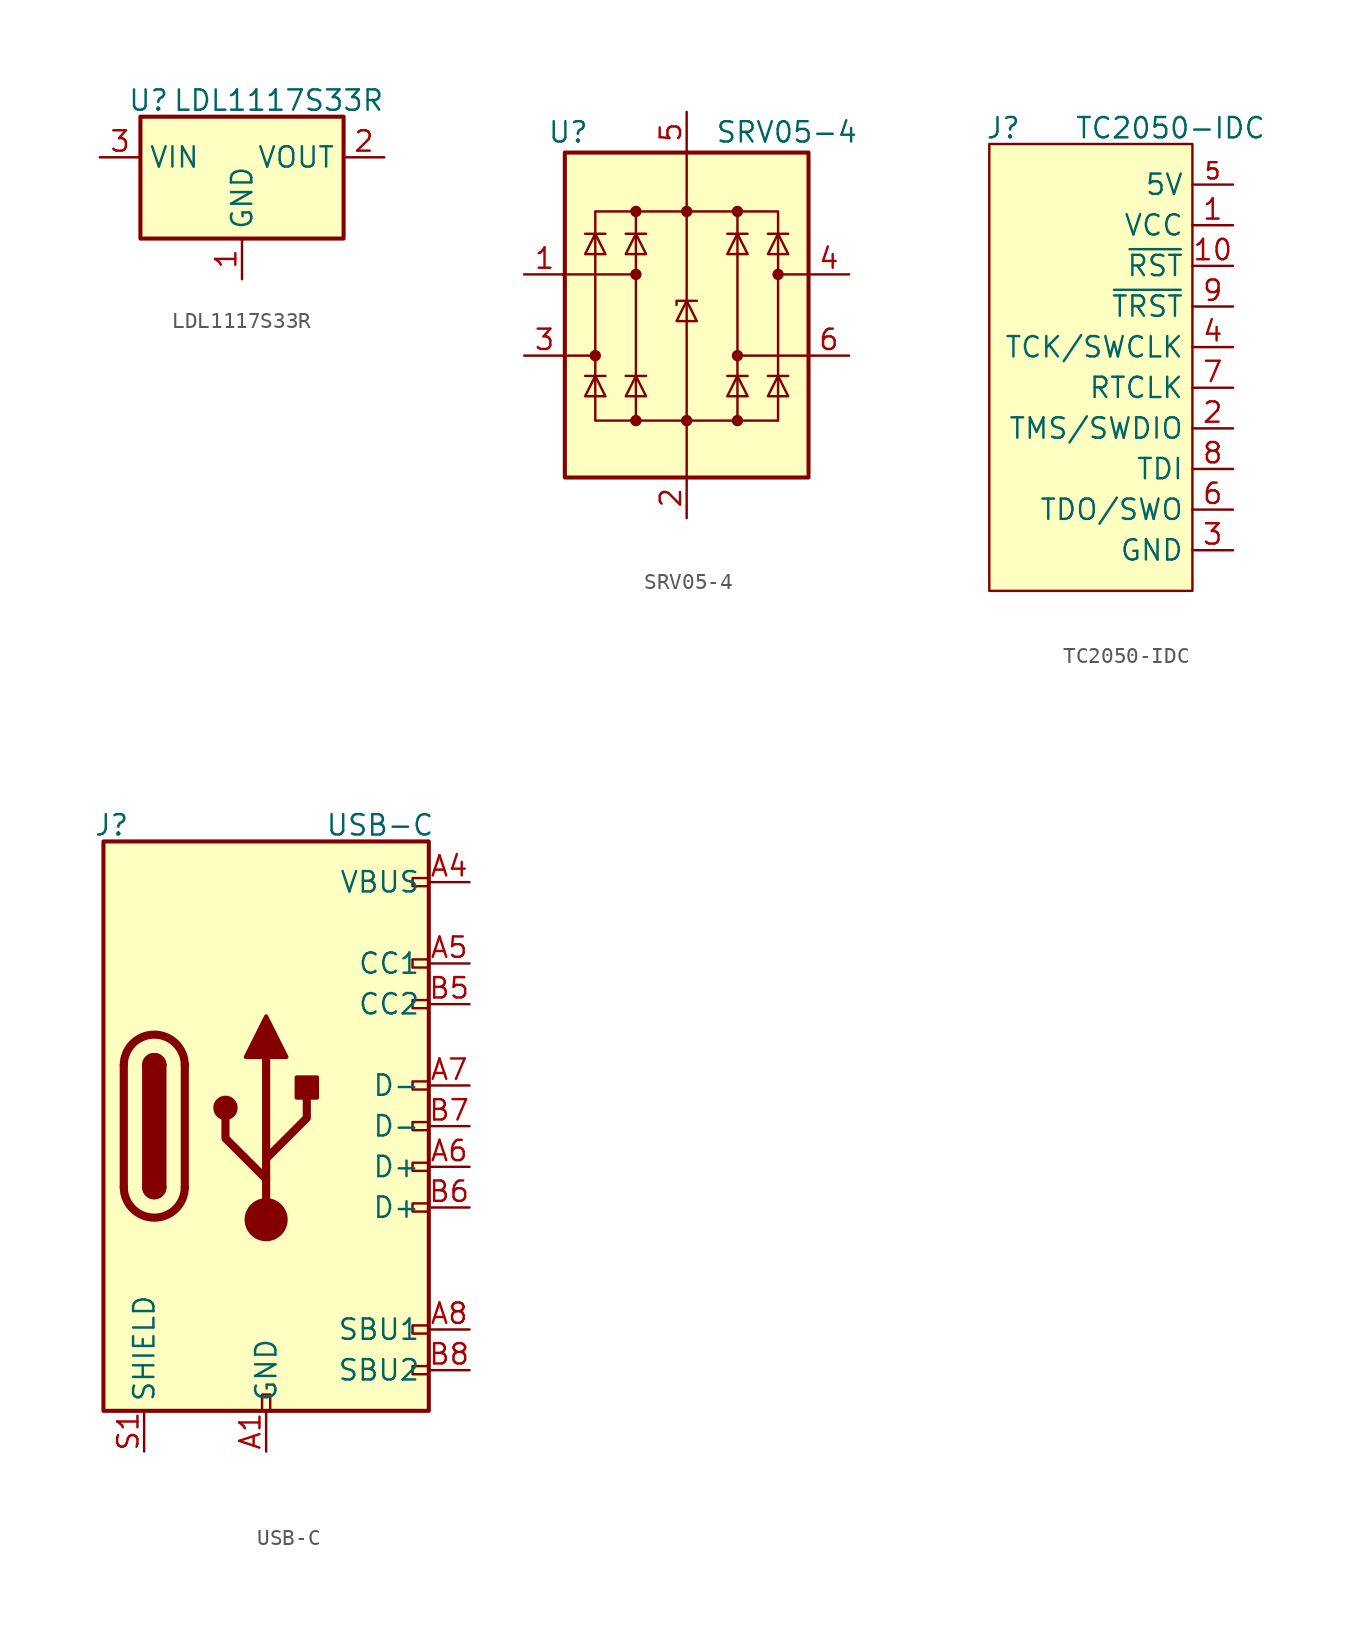
<source format=kicad_sym>
(kicad_symbol_lib
  (version 20231120)
  (generator "kicad_symbol_editor")
  (generator_version "8.0")
  (symbol "LDL1117S33R"
    (property "Reference" "U"
      (at -5.842 4.826 0)
      (effects (font (size 1.27 1.27))))
    (property "Value" "LDL1117S33R"
      (at 2.286 4.826 0)
      (effects (font (size 1.27 1.27))))
    (symbol "LDL1117S33R_0_1"
      (rectangle (start -6.35 3.81) (end 6.35 -3.81) (stroke (width 0.254) (type default)) (fill (type background))))
    (symbol "LDL1117S33R_1_1"
      (pin power_in line (at 0 -6.35 90) (length 2.54) (name "GND" (effects (font (size 1.27 1.27)))) (number "1" (effects (font (size 1.27 1.27)))))
      (pin power_out line (at 8.89 1.27 180) (length 2.54) (name "VOUT" (effects (font (size 1.27 1.27)))) (number "2" (effects (font (size 1.27 1.27)))))
      (pin power_in line (at -8.89 1.27 0) (length 2.54) (name "VIN" (effects (font (size 1.27 1.27)))) (number "3" (effects (font (size 1.27 1.27)))))))
  (symbol "SRV05-4"
    (pin_names
      (offset 0) hide)
    (property "Reference" "U"
      (at -6.096 11.43 0)
      (effects (font (size 1.27 1.27)) (justify right)))
    (property "Value" "SRV05-4"
      (at 1.778 11.43 0)
      (effects (font (size 1.27 1.27)) (justify left)))
    (symbol "SRV05-4_0_0"
      (rectangle (start -5.715 6.477) (end 5.715 -6.604) (stroke (width 0) (type default)) (fill (type none)))
      (polyline (pts (xy -3.175 -6.604) (xy -3.175 6.477)) (stroke (width 0) (type default)) (fill (type none)))
      (polyline (pts (xy 3.175 6.477) (xy 3.175 -6.604)) (stroke (width 0) (type default)) (fill (type none))))
    (symbol "SRV05-4_0_1"
      (rectangle (start -7.62 10.16) (end 7.62 -10.16) (stroke (width 0.254) (type default)) (fill (type background)))
      (circle (center -5.715 -2.54) (radius 0.279) (stroke (width 0) (type default)) (fill (type outline)))
      (circle (center -3.175 -6.604) (radius 0.279) (stroke (width 0) (type default)) (fill (type outline)))
      (circle (center -3.175 2.54) (radius 0.279) (stroke (width 0) (type default)) (fill (type outline)))
      (circle (center -3.175 6.477) (radius 0.279) (stroke (width 0) (type default)) (fill (type outline)))
      (circle (center 0 -6.604) (radius 0.279) (stroke (width 0) (type default)) (fill (type outline)))
      (polyline (pts (xy -7.747 2.54) (xy -3.175 2.54)) (stroke (width 0) (type default)) (fill (type none)))
      (polyline (pts (xy -7.62 -2.54) (xy -5.715 -2.54)) (stroke (width 0) (type default)) (fill (type none)))
      (polyline (pts (xy -5.08 -3.81) (xy -6.35 -3.81)) (stroke (width 0) (type default)) (fill (type none)))
      (polyline (pts (xy -5.08 5.08) (xy -6.35 5.08)) (stroke (width 0) (type default)) (fill (type none)))
      (polyline (pts (xy -2.54 -3.81) (xy -3.81 -3.81)) (stroke (width 0) (type default)) (fill (type none)))
      (polyline (pts (xy -2.54 5.08) (xy -3.81 5.08)) (stroke (width 0) (type default)) (fill (type none)))
      (polyline (pts (xy 0 10.16) (xy 0 -10.16)) (stroke (width 0) (type default)) (fill (type none)))
      (polyline (pts (xy 3.81 -3.81) (xy 2.54 -3.81)) (stroke (width 0) (type default)) (fill (type none)))
      (polyline (pts (xy 3.81 5.08) (xy 2.54 5.08)) (stroke (width 0) (type default)) (fill (type none)))
      (polyline (pts (xy 6.35 -3.81) (xy 5.08 -3.81)) (stroke (width 0) (type default)) (fill (type none)))
      (polyline (pts (xy 6.35 5.08) (xy 5.08 5.08)) (stroke (width 0) (type default)) (fill (type none)))
      (polyline (pts (xy 7.62 -2.54) (xy 3.175 -2.54)) (stroke (width 0) (type default)) (fill (type none)))
      (polyline (pts (xy 7.62 2.54) (xy 5.715 2.54)) (stroke (width 0) (type default)) (fill (type none)))
      (polyline (pts (xy 0.635 0.889) (xy -0.635 0.889) (xy -0.635 0.635)) (stroke (width 0) (type default)) (fill (type none)))
      (polyline (pts (xy -5.08 -5.08) (xy -6.35 -5.08) (xy -5.715 -3.81) (xy -5.08 -5.08)) (stroke (width 0) (type default)) (fill (type none)))
      (polyline (pts (xy -5.08 3.81) (xy -6.35 3.81) (xy -5.715 5.08) (xy -5.08 3.81)) (stroke (width 0) (type default)) (fill (type none)))
      (polyline (pts (xy -2.54 -5.08) (xy -3.81 -5.08) (xy -3.175 -3.81) (xy -2.54 -5.08)) (stroke (width 0) (type default)) (fill (type none)))
      (polyline (pts (xy -2.54 3.81) (xy -3.81 3.81) (xy -3.175 5.08) (xy -2.54 3.81)) (stroke (width 0) (type default)) (fill (type none)))
      (polyline (pts (xy 0.635 -0.381) (xy -0.635 -0.381) (xy 0 0.889) (xy 0.635 -0.381)) (stroke (width 0) (type default)) (fill (type none)))
      (polyline (pts (xy 3.81 -5.08) (xy 2.54 -5.08) (xy 3.175 -3.81) (xy 3.81 -5.08)) (stroke (width 0) (type default)) (fill (type none)))
      (polyline (pts (xy 3.81 3.81) (xy 2.54 3.81) (xy 3.175 5.08) (xy 3.81 3.81)) (stroke (width 0) (type default)) (fill (type none)))
      (polyline (pts (xy 6.35 -5.08) (xy 5.08 -5.08) (xy 5.715 -3.81) (xy 6.35 -5.08)) (stroke (width 0) (type default)) (fill (type none)))
      (polyline (pts (xy 6.35 3.81) (xy 5.08 3.81) (xy 5.715 5.08) (xy 6.35 3.81)) (stroke (width 0) (type default)) (fill (type none)))
      (circle (center 0 6.477) (radius 0.279) (stroke (width 0) (type default)) (fill (type outline)))
      (circle (center 3.175 -6.604) (radius 0.279) (stroke (width 0) (type default)) (fill (type outline)))
      (circle (center 3.175 -2.54) (radius 0.279) (stroke (width 0) (type default)) (fill (type outline)))
      (circle (center 3.175 6.477) (radius 0.279) (stroke (width 0) (type default)) (fill (type outline)))
      (circle (center 5.715 2.54) (radius 0.279) (stroke (width 0) (type default)) (fill (type outline))))
    (symbol "SRV05-4_1_1"
      (pin passive line (at -10.16 2.54 0) (length 2.54) (name "IO1" (effects (font (size 1.27 1.27)))) (number "1" (effects (font (size 1.27 1.27)))))
      (pin passive line (at 0 -12.7 90) (length 2.54) (name "VN" (effects (font (size 1.27 1.27)))) (number "2" (effects (font (size 1.27 1.27)))))
      (pin passive line (at -10.16 -2.54 0) (length 2.54) (name "IO2" (effects (font (size 1.27 1.27)))) (number "3" (effects (font (size 1.27 1.27)))))
      (pin passive line (at 10.16 2.54 180) (length 2.54) (name "IO3" (effects (font (size 1.27 1.27)))) (number "4" (effects (font (size 1.27 1.27)))))
      (pin passive line (at 0 12.7 270) (length 2.54) (name "VP" (effects (font (size 1.27 1.27)))) (number "5" (effects (font (size 1.27 1.27)))))
      (pin passive line (at 10.16 -2.54 180) (length 2.54) (name "IO4" (effects (font (size 1.27 1.27)))) (number "6" (effects (font (size 1.27 1.27)))))))
  (symbol "TC2050-IDC"
    (property "Reference" "J"
      (at -6.604 14.224 0)
      (effects (font (size 1.27 1.27)) (justify left bottom)))
    (property "Value" "TC2050-IDC"
      (at -1.016 14.224 0)
      (effects (font (size 1.27 1.27)) (justify left bottom)))
    (symbol "TC2050-IDC_0_0"
      (rectangle (start -6.35 13.97) (end 6.35 -13.97) (stroke (width 0.152) (type default)) (fill (type background))))
    (symbol "TC2050-IDC_1_0"
      (pin passive line (at 8.89 8.89 180) (length 2.54) (name "VCC" (effects (font (size 1.27 1.27)))) (number "1" (effects (font (size 1.27 1.27)))))
      (pin passive line (at 8.89 6.35 180) (length 2.54) (name "~{RST}" (effects (font (size 1.27 1.27)))) (number "10" (effects (font (size 1.27 1.27)))))
      (pin passive line (at 8.89 -3.81 180) (length 2.54) (name "TMS/SWDIO" (effects (font (size 1.27 1.27)))) (number "2" (effects (font (size 1.27 1.27)))))
      (pin passive line (at 8.89 -11.43 180) (length 2.54) (name "GND" (effects (font (size 1.27 1.27)))) (number "3" (effects (font (size 1.27 1.27)))))
      (pin passive line (at 8.89 1.27 180) (length 2.54) (name "TCK/SWCLK" (effects (font (size 1.27 1.27)))) (number "4" (effects (font (size 1.27 1.27)))))
      (pin passive line (at 8.89 11.43 180) (length 2.54) (name "5V" (effects (font (size 1.27 1.27)))) (number "5" (effects (font (size 1.016 1.016)))))
      (pin passive line (at 8.89 -8.89 180) (length 2.54) (name "TDO/SWO" (effects (font (size 1.27 1.27)))) (number "6" (effects (font (size 1.27 1.27)))))
      (pin passive line (at 8.89 -1.27 180) (length 2.54) (name "RTCLK" (effects (font (size 1.27 1.27)))) (number "7" (effects (font (size 1.27 1.27)))))
      (pin passive line (at 8.89 -6.35 180) (length 2.54) (name "TDI" (effects (font (size 1.27 1.27)))) (number "8" (effects (font (size 1.27 1.27)))))
      (pin passive line (at 8.89 3.81 180) (length 2.54) (name "~{TRST}" (effects (font (size 1.27 1.27)))) (number "9" (effects (font (size 1.27 1.27)))))))
  (symbol "USB-C"
    (property "Reference" "J"
      (at -9.652 18.796 0)
      (effects (font (size 1.27 1.27))))
    (property "Value" "USB-C"
      (at 7.112 18.796 0)
      (effects (font (size 1.27 1.27))))
    (symbol "USB-C_0_0"
      (rectangle (start -0.254 -17.78) (end 0.254 -16.764) (stroke (width 0) (type default)) (fill (type none)))
      (rectangle (start 10.16 -14.986) (end 9.144 -15.494) (stroke (width 0) (type default)) (fill (type none)))
      (rectangle (start 10.16 -12.446) (end 9.144 -12.954) (stroke (width 0) (type default)) (fill (type none)))
      (rectangle (start 10.16 -4.826) (end 9.144 -5.334) (stroke (width 0) (type default)) (fill (type none)))
      (rectangle (start 10.16 -2.286) (end 9.144 -2.794) (stroke (width 0) (type default)) (fill (type none)))
      (rectangle (start 10.16 0.254) (end 9.144 -0.254) (stroke (width 0) (type default)) (fill (type none)))
      (rectangle (start 10.16 2.794) (end 9.144 2.286) (stroke (width 0) (type default)) (fill (type none)))
      (rectangle (start 10.16 7.874) (end 9.144 7.366) (stroke (width 0) (type default)) (fill (type none)))
      (rectangle (start 10.16 10.414) (end 9.144 9.906) (stroke (width 0) (type default)) (fill (type none)))
      (rectangle (start 10.16 15.494) (end 9.144 14.986) (stroke (width 0) (type default)) (fill (type none))))
    (symbol "USB-C_0_1"
      (rectangle (start -10.16 17.78) (end 10.16 -17.78) (stroke (width 0.254) (type default)) (fill (type background)))
      (arc (start -8.89 -3.81) (mid -6.985 -5.7066) (end -5.08 -3.81) (stroke (width 0.508) (type default)) (fill (type none)))
      (arc (start -7.62 -3.81) (mid -6.985 -4.4422) (end -6.35 -3.81) (stroke (width 0.254) (type default)) (fill (type none)))
      (arc (start -7.62 -3.81) (mid -6.985 -4.4422) (end -6.35 -3.81) (stroke (width 0.254) (type default)) (fill (type outline)))
      (rectangle (start -7.62 -3.81) (end -6.35 3.81) (stroke (width 0.254) (type default)) (fill (type outline)))
      (arc (start -6.35 3.81) (mid -6.985 4.4422) (end -7.62 3.81) (stroke (width 0.254) (type default)) (fill (type none)))
      (arc (start -6.35 3.81) (mid -6.985 4.4422) (end -7.62 3.81) (stroke (width 0.254) (type default)) (fill (type outline)))
      (arc (start -5.08 3.81) (mid -6.985 5.7066) (end -8.89 3.81) (stroke (width 0.508) (type default)) (fill (type none)))
      (circle (center -2.54 1.143) (radius 0.635) (stroke (width 0.254) (type default)) (fill (type outline)))
      (circle (center 0 -5.842) (radius 1.27) (stroke (width 0) (type default)) (fill (type outline)))
      (polyline (pts (xy -8.89 -3.81) (xy -8.89 3.81)) (stroke (width 0.508) (type default)) (fill (type none)))
      (polyline (pts (xy -5.08 3.81) (xy -5.08 -3.81)) (stroke (width 0.508) (type default)) (fill (type none)))
      (polyline (pts (xy 0 -5.842) (xy 0 4.318)) (stroke (width 0.508) (type default)) (fill (type none)))
      (polyline (pts (xy 0 -3.302) (xy -2.54 -0.762) (xy -2.54 0.508)) (stroke (width 0.508) (type default)) (fill (type none)))
      (polyline (pts (xy 0 -2.032) (xy 2.54 0.508) (xy 2.54 1.778)) (stroke (width 0.508) (type default)) (fill (type none)))
      (polyline (pts (xy -1.27 4.318) (xy 0 6.858) (xy 1.27 4.318) (xy -1.27 4.318)) (stroke (width 0.254) (type default)) (fill (type outline)))
      (rectangle (start 1.905 1.778) (end 3.175 3.048) (stroke (width 0.254) (type default)) (fill (type outline))))
    (symbol "USB-C_1_1"
      (pin passive line (at 0 -20.32 90) (length 2.54) (name "GND" (effects (font (size 1.27 1.27)))) (number "A1" (effects (font (size 1.27 1.27)))))
      (pin passive line (at 0 -20.32 90) (length 2.54) hide (name "GND" (effects (font (size 1.27 1.27)))) (number "A12" (effects (font (size 1.27 1.27)))))
      (pin passive line (at 12.7 15.24 180) (length 2.54) (name "VBUS" (effects (font (size 1.27 1.27)))) (number "A4" (effects (font (size 1.27 1.27)))))
      (pin bidirectional line (at 12.7 10.16 180) (length 2.54) (name "CC1" (effects (font (size 1.27 1.27)))) (number "A5" (effects (font (size 1.27 1.27)))))
      (pin bidirectional line (at 12.7 -2.54 180) (length 2.54) (name "D+" (effects (font (size 1.27 1.27)))) (number "A6" (effects (font (size 1.27 1.27)))))
      (pin bidirectional line (at 12.7 2.54 180) (length 2.54) (name "D-" (effects (font (size 1.27 1.27)))) (number "A7" (effects (font (size 1.27 1.27)))))
      (pin bidirectional line (at 12.7 -12.7 180) (length 2.54) (name "SBU1" (effects (font (size 1.27 1.27)))) (number "A8" (effects (font (size 1.27 1.27)))))
      (pin passive line (at 12.7 15.24 180) (length 2.54) hide (name "VBUS" (effects (font (size 1.27 1.27)))) (number "A9" (effects (font (size 1.27 1.27)))))
      (pin passive line (at 0 -20.32 90) (length 2.54) hide (name "GND" (effects (font (size 1.27 1.27)))) (number "B1" (effects (font (size 1.27 1.27)))))
      (pin passive line (at 0 -20.32 90) (length 2.54) hide (name "GND" (effects (font (size 1.27 1.27)))) (number "B12" (effects (font (size 1.27 1.27)))))
      (pin passive line (at 12.7 15.24 180) (length 2.54) hide (name "VBUS" (effects (font (size 1.27 1.27)))) (number "B4" (effects (font (size 1.27 1.27)))))
      (pin bidirectional line (at 12.7 7.62 180) (length 2.54) (name "CC2" (effects (font (size 1.27 1.27)))) (number "B5" (effects (font (size 1.27 1.27)))))
      (pin bidirectional line (at 12.7 -5.08 180) (length 2.54) (name "D+" (effects (font (size 1.27 1.27)))) (number "B6" (effects (font (size 1.27 1.27)))))
      (pin bidirectional line (at 12.7 0 180) (length 2.54) (name "D-" (effects (font (size 1.27 1.27)))) (number "B7" (effects (font (size 1.27 1.27)))))
      (pin bidirectional line (at 12.7 -15.24 180) (length 2.54) (name "SBU2" (effects (font (size 1.27 1.27)))) (number "B8" (effects (font (size 1.27 1.27)))))
      (pin passive line (at 12.7 15.24 180) (length 2.54) hide (name "VBUS" (effects (font (size 1.27 1.27)))) (number "B9" (effects (font (size 1.27 1.27)))))
      (pin passive line (at -7.62 -20.32 90) (length 2.54) (name "SHIELD" (effects (font (size 1.27 1.27)))) (number "S1" (effects (font (size 1.27 1.27))))))))
</source>
